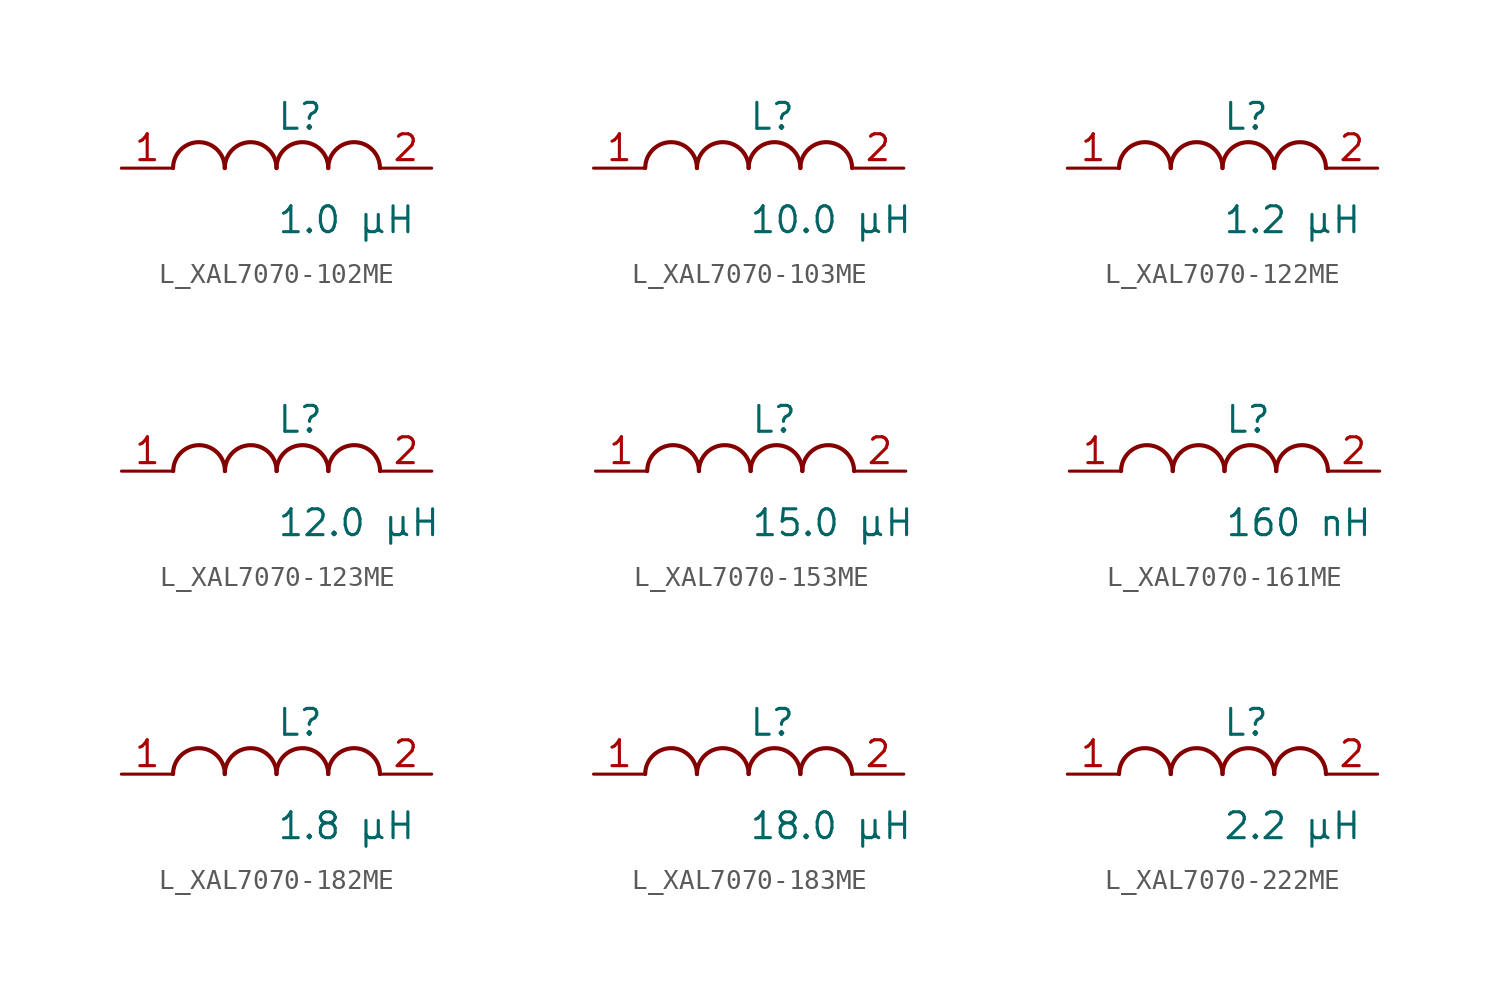
<source format=kicad_sym>
(kicad_symbol_lib
  (version 20231120)
  (generator kicad_symbol_editor)
  (generator_version 8.0)
  (symbol "L_XAL7070-102ME"
    (pin_names
      (offset 0.254))
    (property "Reference" "L"
      (at 0 2.54 0)
      (effects (font (size 1.27 1.27)) (justify left)))
    (property "Value" "1.0 µH"
      (at 0 -2.54 0)
      (effects (font (size 1.27 1.27)) (justify left)))
    (symbol "L_XAL7070-102ME_1_1"
      (arc (start -2.54 0.0056) (mid -3.81 1.27) (end -5.08 0.0056) (stroke (width 0.2032) (type default)) (fill (type none)))
      (arc (start 0 0.0056) (mid -1.27 1.27) (end -2.54 0.0056) (stroke (width 0.2032) (type default)) (fill (type none)))
      (arc (start 2.54 0.0056) (mid 1.27 1.27) (end 0 0.0056) (stroke (width 0.2032) (type default)) (fill (type none)))
      (arc (start 5.08 0.0056) (mid 3.81 1.27) (end 2.54 0.0056) (stroke (width 0.2032) (type default)) (fill (type none)))
      (pin passive line (at -7.62 0 0) (length 2.54) (name "" (effects (font (size 1.27 1.27)))) (number "1" (effects (font (size 1.27 1.27)))))
      (pin passive line (at 7.62 0 180) (length 2.54) (name "" (effects (font (size 1.27 1.27)))) (number "2" (effects (font (size 1.27 1.27)))))))
  (symbol "L_XAL7070-103ME"
    (pin_names
      (offset 0.254))
    (property "Reference" "L"
      (at 0 2.54 0)
      (effects (font (size 1.27 1.27)) (justify left)))
    (property "Value" "10.0 µH"
      (at 0 -2.54 0)
      (effects (font (size 1.27 1.27)) (justify left)))
    (symbol "L_XAL7070-103ME_1_1"
      (arc (start -2.54 0.0056) (mid -3.81 1.27) (end -5.08 0.0056) (stroke (width 0.2032) (type default)) (fill (type none)))
      (arc (start 0 0.0056) (mid -1.27 1.27) (end -2.54 0.0056) (stroke (width 0.2032) (type default)) (fill (type none)))
      (arc (start 2.54 0.0056) (mid 1.27 1.27) (end 0 0.0056) (stroke (width 0.2032) (type default)) (fill (type none)))
      (arc (start 5.08 0.0056) (mid 3.81 1.27) (end 2.54 0.0056) (stroke (width 0.2032) (type default)) (fill (type none)))
      (pin passive line (at -7.62 0 0) (length 2.54) (name "" (effects (font (size 1.27 1.27)))) (number "1" (effects (font (size 1.27 1.27)))))
      (pin passive line (at 7.62 0 180) (length 2.54) (name "" (effects (font (size 1.27 1.27)))) (number "2" (effects (font (size 1.27 1.27)))))))
  (symbol "L_XAL7070-122ME"
    (pin_names
      (offset 0.254))
    (property "Reference" "L"
      (at 0 2.54 0)
      (effects (font (size 1.27 1.27)) (justify left)))
    (property "Value" "1.2 µH"
      (at 0 -2.54 0)
      (effects (font (size 1.27 1.27)) (justify left)))
    (symbol "L_XAL7070-122ME_1_1"
      (arc (start -2.54 0.0056) (mid -3.81 1.27) (end -5.08 0.0056) (stroke (width 0.2032) (type default)) (fill (type none)))
      (arc (start 0 0.0056) (mid -1.27 1.27) (end -2.54 0.0056) (stroke (width 0.2032) (type default)) (fill (type none)))
      (arc (start 2.54 0.0056) (mid 1.27 1.27) (end 0 0.0056) (stroke (width 0.2032) (type default)) (fill (type none)))
      (arc (start 5.08 0.0056) (mid 3.81 1.27) (end 2.54 0.0056) (stroke (width 0.2032) (type default)) (fill (type none)))
      (pin passive line (at -7.62 0 0) (length 2.54) (name "" (effects (font (size 1.27 1.27)))) (number "1" (effects (font (size 1.27 1.27)))))
      (pin passive line (at 7.62 0 180) (length 2.54) (name "" (effects (font (size 1.27 1.27)))) (number "2" (effects (font (size 1.27 1.27)))))))
  (symbol "L_XAL7070-123ME"
    (pin_names
      (offset 0.254))
    (property "Reference" "L"
      (at 0 2.54 0)
      (effects (font (size 1.27 1.27)) (justify left)))
    (property "Value" "12.0 µH"
      (at 0 -2.54 0)
      (effects (font (size 1.27 1.27)) (justify left)))
    (symbol "L_XAL7070-123ME_1_1"
      (arc (start -2.54 0.0056) (mid -3.81 1.27) (end -5.08 0.0056) (stroke (width 0.2032) (type default)) (fill (type none)))
      (arc (start 0 0.0056) (mid -1.27 1.27) (end -2.54 0.0056) (stroke (width 0.2032) (type default)) (fill (type none)))
      (arc (start 2.54 0.0056) (mid 1.27 1.27) (end 0 0.0056) (stroke (width 0.2032) (type default)) (fill (type none)))
      (arc (start 5.08 0.0056) (mid 3.81 1.27) (end 2.54 0.0056) (stroke (width 0.2032) (type default)) (fill (type none)))
      (pin passive line (at -7.62 0 0) (length 2.54) (name "" (effects (font (size 1.27 1.27)))) (number "1" (effects (font (size 1.27 1.27)))))
      (pin passive line (at 7.62 0 180) (length 2.54) (name "" (effects (font (size 1.27 1.27)))) (number "2" (effects (font (size 1.27 1.27)))))))
  (symbol "L_XAL7070-153ME"
    (pin_names
      (offset 0.254))
    (property "Reference" "L"
      (at 0 2.54 0)
      (effects (font (size 1.27 1.27)) (justify left)))
    (property "Value" "15.0 µH"
      (at 0 -2.54 0)
      (effects (font (size 1.27 1.27)) (justify left)))
    (symbol "L_XAL7070-153ME_1_1"
      (arc (start -2.54 0.0056) (mid -3.81 1.27) (end -5.08 0.0056) (stroke (width 0.2032) (type default)) (fill (type none)))
      (arc (start 0 0.0056) (mid -1.27 1.27) (end -2.54 0.0056) (stroke (width 0.2032) (type default)) (fill (type none)))
      (arc (start 2.54 0.0056) (mid 1.27 1.27) (end 0 0.0056) (stroke (width 0.2032) (type default)) (fill (type none)))
      (arc (start 5.08 0.0056) (mid 3.81 1.27) (end 2.54 0.0056) (stroke (width 0.2032) (type default)) (fill (type none)))
      (pin passive line (at -7.62 0 0) (length 2.54) (name "" (effects (font (size 1.27 1.27)))) (number "1" (effects (font (size 1.27 1.27)))))
      (pin passive line (at 7.62 0 180) (length 2.54) (name "" (effects (font (size 1.27 1.27)))) (number "2" (effects (font (size 1.27 1.27)))))))
  (symbol "L_XAL7070-161ME"
    (pin_names
      (offset 0.254))
    (property "Reference" "L"
      (at 0 2.54 0)
      (effects (font (size 1.27 1.27)) (justify left)))
    (property "Value" "160 nH"
      (at 0 -2.54 0)
      (effects (font (size 1.27 1.27)) (justify left)))
    (symbol "L_XAL7070-161ME_1_1"
      (arc (start -2.54 0.0056) (mid -3.81 1.27) (end -5.08 0.0056) (stroke (width 0.2032) (type default)) (fill (type none)))
      (arc (start 0 0.0056) (mid -1.27 1.27) (end -2.54 0.0056) (stroke (width 0.2032) (type default)) (fill (type none)))
      (arc (start 2.54 0.0056) (mid 1.27 1.27) (end 0 0.0056) (stroke (width 0.2032) (type default)) (fill (type none)))
      (arc (start 5.08 0.0056) (mid 3.81 1.27) (end 2.54 0.0056) (stroke (width 0.2032) (type default)) (fill (type none)))
      (pin passive line (at -7.62 0 0) (length 2.54) (name "" (effects (font (size 1.27 1.27)))) (number "1" (effects (font (size 1.27 1.27)))))
      (pin passive line (at 7.62 0 180) (length 2.54) (name "" (effects (font (size 1.27 1.27)))) (number "2" (effects (font (size 1.27 1.27)))))))
  (symbol "L_XAL7070-182ME"
    (pin_names
      (offset 0.254))
    (property "Reference" "L"
      (at 0 2.54 0)
      (effects (font (size 1.27 1.27)) (justify left)))
    (property "Value" "1.8 µH"
      (at 0 -2.54 0)
      (effects (font (size 1.27 1.27)) (justify left)))
    (symbol "L_XAL7070-182ME_1_1"
      (arc (start -2.54 0.0056) (mid -3.81 1.27) (end -5.08 0.0056) (stroke (width 0.2032) (type default)) (fill (type none)))
      (arc (start 0 0.0056) (mid -1.27 1.27) (end -2.54 0.0056) (stroke (width 0.2032) (type default)) (fill (type none)))
      (arc (start 2.54 0.0056) (mid 1.27 1.27) (end 0 0.0056) (stroke (width 0.2032) (type default)) (fill (type none)))
      (arc (start 5.08 0.0056) (mid 3.81 1.27) (end 2.54 0.0056) (stroke (width 0.2032) (type default)) (fill (type none)))
      (pin passive line (at -7.62 0 0) (length 2.54) (name "" (effects (font (size 1.27 1.27)))) (number "1" (effects (font (size 1.27 1.27)))))
      (pin passive line (at 7.62 0 180) (length 2.54) (name "" (effects (font (size 1.27 1.27)))) (number "2" (effects (font (size 1.27 1.27)))))))
  (symbol "L_XAL7070-183ME"
    (pin_names
      (offset 0.254))
    (property "Reference" "L"
      (at 0 2.54 0)
      (effects (font (size 1.27 1.27)) (justify left)))
    (property "Value" "18.0 µH"
      (at 0 -2.54 0)
      (effects (font (size 1.27 1.27)) (justify left)))
    (symbol "L_XAL7070-183ME_1_1"
      (arc (start -2.54 0.0056) (mid -3.81 1.27) (end -5.08 0.0056) (stroke (width 0.2032) (type default)) (fill (type none)))
      (arc (start 0 0.0056) (mid -1.27 1.27) (end -2.54 0.0056) (stroke (width 0.2032) (type default)) (fill (type none)))
      (arc (start 2.54 0.0056) (mid 1.27 1.27) (end 0 0.0056) (stroke (width 0.2032) (type default)) (fill (type none)))
      (arc (start 5.08 0.0056) (mid 3.81 1.27) (end 2.54 0.0056) (stroke (width 0.2032) (type default)) (fill (type none)))
      (pin passive line (at -7.62 0 0) (length 2.54) (name "" (effects (font (size 1.27 1.27)))) (number "1" (effects (font (size 1.27 1.27)))))
      (pin passive line (at 7.62 0 180) (length 2.54) (name "" (effects (font (size 1.27 1.27)))) (number "2" (effects (font (size 1.27 1.27)))))))
  (symbol "L_XAL7070-222ME"
    (pin_names
      (offset 0.254))
    (property "Reference" "L"
      (at 0 2.54 0)
      (effects (font (size 1.27 1.27)) (justify left)))
    (property "Value" "2.2 µH"
      (at 0 -2.54 0)
      (effects (font (size 1.27 1.27)) (justify left)))
    (symbol "L_XAL7070-222ME_1_1"
      (arc (start -2.54 0.0056) (mid -3.81 1.27) (end -5.08 0.0056) (stroke (width 0.2032) (type default)) (fill (type none)))
      (arc (start 0 0.0056) (mid -1.27 1.27) (end -2.54 0.0056) (stroke (width 0.2032) (type default)) (fill (type none)))
      (arc (start 2.54 0.0056) (mid 1.27 1.27) (end 0 0.0056) (stroke (width 0.2032) (type default)) (fill (type none)))
      (arc (start 5.08 0.0056) (mid 3.81 1.27) (end 2.54 0.0056) (stroke (width 0.2032) (type default)) (fill (type none)))
      (pin passive line (at -7.62 0 0) (length 2.54) (name "" (effects (font (size 1.27 1.27)))) (number "1" (effects (font (size 1.27 1.27)))))
      (pin passive line (at 7.62 0 180) (length 2.54) (name "" (effects (font (size 1.27 1.27)))) (number "2" (effects (font (size 1.27 1.27))))))))
</source>
